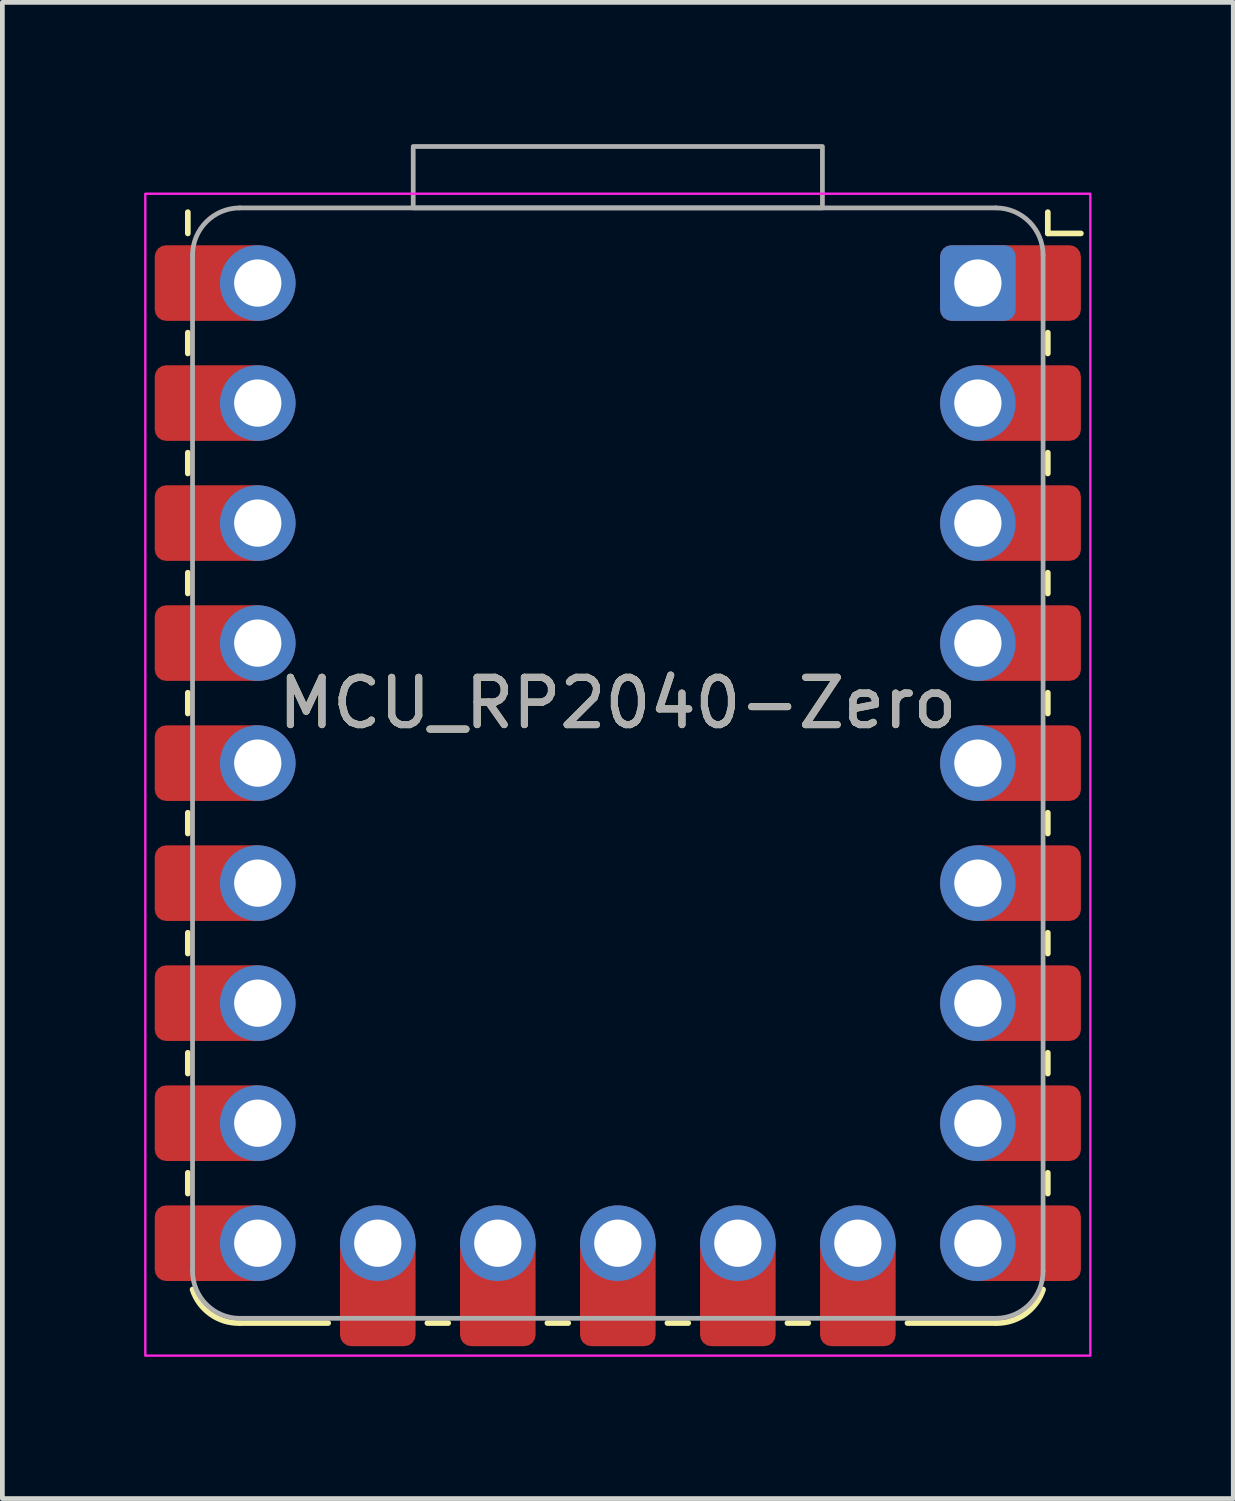
<source format=kicad_pcb>
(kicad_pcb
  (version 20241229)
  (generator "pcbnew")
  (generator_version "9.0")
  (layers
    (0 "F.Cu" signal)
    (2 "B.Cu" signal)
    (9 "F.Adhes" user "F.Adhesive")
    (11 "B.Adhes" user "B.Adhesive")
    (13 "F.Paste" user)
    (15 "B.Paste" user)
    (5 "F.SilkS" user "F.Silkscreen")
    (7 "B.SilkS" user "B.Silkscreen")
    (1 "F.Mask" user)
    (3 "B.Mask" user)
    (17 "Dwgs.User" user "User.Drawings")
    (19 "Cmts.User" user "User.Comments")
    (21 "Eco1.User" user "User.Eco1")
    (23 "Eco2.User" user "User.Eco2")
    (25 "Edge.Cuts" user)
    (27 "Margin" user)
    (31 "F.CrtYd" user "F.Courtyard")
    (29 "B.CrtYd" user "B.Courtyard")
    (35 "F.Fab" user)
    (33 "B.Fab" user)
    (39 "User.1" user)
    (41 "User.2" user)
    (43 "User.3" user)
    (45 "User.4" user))
  (footprint "MCU_RP2040-Zero"
    (layer "F.Cu")
    (at 10.025 2.94)
    (property "Reference" "MCU_RP2040-Zero" (at 0 8.89 0) (unlocked yes) (layer "F.SilkS") (effects (font (size 1 1) (thickness 0.15))))
    (attr through_hole)
    (fp_line (start -9.1 -1.05) (end -9.1 -1.5) (stroke (width 0.12) (type default)) (layer "F.SilkS"))
    (fp_line (start -9.1 1.49) (end -9.1 1.05) (stroke (width 0.12) (type default)) (layer "F.SilkS"))
    (fp_line (start -9.1 4.03) (end -9.1 3.59) (stroke (width 0.12) (type default)) (layer "F.SilkS"))
    (fp_line (start -9.1 6.57) (end -9.1 6.13) (stroke (width 0.12) (type default)) (layer "F.SilkS"))
    (fp_line (start -9.1 9.11) (end -9.1 8.67) (stroke (width 0.12) (type default)) (layer "F.SilkS"))
    (fp_line (start -9.1 11.65) (end -9.1 11.21) (stroke (width 0.12) (type default)) (layer "F.SilkS"))
    (fp_line (start -9.1 13.75) (end -9.1 14.19) (stroke (width 0.12) (type default)) (layer "F.SilkS"))
    (fp_line (start -9.1 16.73) (end -9.1 16.29) (stroke (width 0.12) (type default)) (layer "F.SilkS"))
    (fp_line (start -9.1 19.27) (end -9.1 18.83) (stroke (width 0.12) (type default)) (layer "F.SilkS"))
    (fp_line (start -8 22.01) (end -6.13 22.01) (stroke (width 0.12) (type default)) (layer "F.SilkS"))
    (fp_line (start -3.59 22.01) (end -4.03 22.01) (stroke (width 0.12) (type default)) (layer "F.SilkS"))
    (fp_line (start -1.49 22.01) (end -1.05 22.01) (stroke (width 0.12) (type default)) (layer "F.SilkS"))
    (fp_line (start 1.49 22.01) (end 1.05 22.01) (stroke (width 0.12) (type default)) (layer "F.SilkS"))
    (fp_line (start 4.03 22.01) (end 3.59 22.01) (stroke (width 0.12) (type default)) (layer "F.SilkS"))
    (fp_line (start 8 22.01) (end 6.13 22.01) (stroke (width 0.12) (type default)) (layer "F.SilkS"))
    (fp_line (start 9.1 -1.05) (end 9.1 -1.5) (stroke (width 0.12) (type default)) (layer "F.SilkS"))
    (fp_line (start 9.1 -1.05) (end 9.8 -1.05) (stroke (width 0.12) (type default)) (layer "F.SilkS"))
    (fp_line (start 9.1 1.49) (end 9.1 1.05) (stroke (width 0.12) (type default)) (layer "F.SilkS"))
    (fp_line (start 9.1 4.03) (end 9.1 3.59) (stroke (width 0.12) (type default)) (layer "F.SilkS"))
    (fp_line (start 9.1 6.57) (end 9.1 6.13) (stroke (width 0.12) (type default)) (layer "F.SilkS"))
    (fp_line (start 9.1 9.11) (end 9.1 8.67) (stroke (width 0.12) (type default)) (layer "F.SilkS"))
    (fp_line (start 9.1 11.65) (end 9.1 11.21) (stroke (width 0.12) (type default)) (layer "F.SilkS"))
    (fp_line (start 9.1 13.75) (end 9.1 14.19) (stroke (width 0.12) (type default)) (layer "F.SilkS"))
    (fp_line (start 9.1 16.73) (end 9.1 16.29) (stroke (width 0.12) (type default)) (layer "F.SilkS"))
    (fp_line (start 9.1 19.27) (end 9.1 18.83) (stroke (width 0.12) (type default)) (layer "F.SilkS"))
    (fp_arc (start -8 22.01) (mid -8.620626 21.818198) (end -9 21.3) (stroke (width 0.12) (type default)) (layer "F.SilkS"))
    (fp_arc (start 9 21.3) (mid 8.617469 21.820449) (end 8 22.01) (stroke (width 0.12) (type default)) (layer "F.SilkS"))
    (fp_rect (start -10 -1.89) (end 10 22.7) (stroke (width 0.05) (type solid)) (fill no) (layer "F.CrtYd"))
    (fp_line (start -9 20.91) (end -9 -0.59) (stroke (width 0.1) (type default)) (layer "F.Fab"))
    (fp_line (start -8 -1.59) (end 8 -1.59) (stroke (width 0.1) (type default)) (layer "F.Fab"))
    (fp_line (start 8 21.91) (end -8 21.91) (stroke (width 0.1) (type default)) (layer "F.Fab"))
    (fp_line (start 9 -0.59) (end 9 20.91) (stroke (width 0.1) (type default)) (layer "F.Fab"))
    (fp_rect (start -4.33 -2.89) (end 4.33 -1.59) (stroke (width 0.1) (type default)) (fill no) (layer "F.Fab"))
    (fp_arc (start -9 -0.59) (mid -8.707107 -1.297107) (end -8 -1.59) (stroke (width 0.1) (type default)) (layer "F.Fab"))
    (fp_arc (start -8 21.91) (mid -8.707107 21.617107) (end -9 20.91) (stroke (width 0.1) (type default)) (layer "F.Fab"))
    (fp_arc (start 8 -1.59) (mid 8.707107 -1.297107) (end 9 -0.59) (stroke (width 0.1) (type default)) (layer "F.Fab"))
    (fp_arc (start 9 20.91) (mid 8.707107 21.617107) (end 8 21.91) (stroke (width 0.1) (type default)) (layer "F.Fab"))
    (fp_text user "${REFERENCE}" (at 0 8.89 0) (unlocked yes) (layer "F.Fab") (effects (font (size 1 1) (thickness 0.15))))
    (pad "1" thru_hole roundrect (at 7.62 0 270) (size 1.6 1.6) (drill 1) (layers "*.Cu" "*.Mask") (roundrect_rratio 0.15))
    (pad "1" smd roundrect (at 8.2 0 180) (size 2.4 1.6) (drill (offset -0.4 0)) (layers "F.Cu" "F.Mask" "F.Paste") (roundrect_rratio 0.15))
    (pad "2" thru_hole circle (at 7.62 2.54 270) (size 1.6 1.6) (drill 1) (layers "*.Cu" "*.Mask"))
    (pad "2" smd roundrect (at 8.2 2.54) (size 2.4 1.6) (drill (offset 0.4 0)) (layers "F.Cu" "F.Mask" "F.Paste") (roundrect_rratio 0.15))
    (pad "3" thru_hole circle (at 7.62 5.08 270) (size 1.6 1.6) (drill 1) (layers "*.Cu" "*.Mask"))
    (pad "3" smd roundrect (at 8.2 5.08) (size 2.4 1.6) (drill (offset 0.4 0)) (layers "F.Cu" "F.Mask" "F.Paste") (roundrect_rratio 0.15))
    (pad "4" thru_hole circle (at 7.62 7.62 270) (size 1.6 1.6) (drill 1) (layers "*.Cu" "*.Mask"))
    (pad "4" smd roundrect (at 8.2 7.62) (size 2.4 1.6) (drill (offset 0.4 0)) (layers "F.Cu" "F.Mask" "F.Paste") (roundrect_rratio 0.15))
    (pad "5" thru_hole circle (at 7.62 10.16 270) (size 1.6 1.6) (drill 1) (layers "*.Cu" "*.Mask"))
    (pad "5" smd roundrect (at 8.2 10.16) (size 2.4 1.6) (drill (offset 0.4 0)) (layers "F.Cu" "F.Mask" "F.Paste") (roundrect_rratio 0.15))
    (pad "6" thru_hole circle (at 7.62 12.7 270) (size 1.6 1.6) (drill 1) (layers "*.Cu" "*.Mask"))
    (pad "6" smd roundrect (at 8.2 12.7) (size 2.4 1.6) (drill (offset 0.4 0)) (layers "F.Cu" "F.Mask" "F.Paste") (roundrect_rratio 0.15))
    (pad "7" thru_hole circle (at 7.62 15.24 270) (size 1.6 1.6) (drill 1) (layers "*.Cu" "*.Mask"))
    (pad "7" smd roundrect (at 8.2 15.24) (size 2.4 1.6) (drill (offset 0.4 0)) (layers "F.Cu" "F.Mask" "F.Paste") (roundrect_rratio 0.15))
    (pad "8" thru_hole circle (at 7.62 17.78 270) (size 1.6 1.6) (drill 1) (layers "*.Cu" "*.Mask"))
    (pad "8" smd roundrect (at 8.2 17.78) (size 2.4 1.6) (drill (offset 0.4 0)) (layers "F.Cu" "F.Mask" "F.Paste") (roundrect_rratio 0.15))
    (pad "9" thru_hole circle (at 7.62 20.32 270) (size 1.6 1.6) (drill 1) (layers "*.Cu" "*.Mask"))
    (pad "9" smd roundrect (at 8.2 20.32) (size 2.4 1.6) (drill (offset 0.4 0)) (layers "F.Cu" "F.Mask" "F.Paste") (roundrect_rratio 0.15))
    (pad "10" thru_hole circle (at 5.08 20.32) (size 1.6 1.6) (drill 1) (layers "*.Cu" "*.Mask"))
    (pad "10" smd roundrect (at 5.08 20.9 90) (size 2.4 1.6) (drill (offset -0.4 0)) (layers "F.Cu" "F.Mask" "F.Paste") (roundrect_rratio 0.15))
    (pad "11" thru_hole circle (at 2.54 20.32) (size 1.6 1.6) (drill 1) (layers "*.Cu" "*.Mask"))
    (pad "11" smd roundrect (at 2.54 20.9 90) (size 2.4 1.6) (drill (offset -0.4 0)) (layers "F.Cu" "F.Mask" "F.Paste") (roundrect_rratio 0.15))
    (pad "12" thru_hole circle (at 0 20.32) (size 1.6 1.6) (drill 1) (layers "*.Cu" "*.Mask"))
    (pad "12" smd roundrect (at 0 20.9 90) (size 2.4 1.6) (drill (offset -0.4 0)) (layers "F.Cu" "F.Mask" "F.Paste") (roundrect_rratio 0.15))
    (pad "13" thru_hole circle (at -2.54 20.32) (size 1.6 1.6) (drill 1) (layers "*.Cu" "*.Mask"))
    (pad "13" smd roundrect (at -2.54 20.9 90) (size 2.4 1.6) (drill (offset -0.4 0)) (layers "F.Cu" "F.Mask" "F.Paste") (roundrect_rratio 0.15))
    (pad "14" thru_hole circle (at -5.08 20.32) (size 1.6 1.6) (drill 1) (layers "*.Cu" "*.Mask"))
    (pad "14" smd roundrect (at -5.08 20.9 90) (size 2.4 1.6) (drill (offset -0.4 0)) (layers "F.Cu" "F.Mask" "F.Paste") (roundrect_rratio 0.15))
    (pad "15" smd roundrect (at -8.2 20.32) (size 2.4 1.6) (drill (offset -0.4 0)) (layers "F.Cu" "F.Mask" "F.Paste") (roundrect_rratio 0.15))
    (pad "15" thru_hole circle (at -7.62 20.32 270) (size 1.6 1.6) (drill 1) (layers "*.Cu" "*.Mask"))
    (pad "16" smd roundrect (at -8.2 17.78) (size 2.4 1.6) (drill (offset -0.4 0)) (layers "F.Cu" "F.Mask" "F.Paste") (roundrect_rratio 0.15))
    (pad "16" thru_hole circle (at -7.62 17.78 270) (size 1.6 1.6) (drill 1) (layers "*.Cu" "*.Mask"))
    (pad "17" smd roundrect (at -8.2 15.24) (size 2.4 1.6) (drill (offset -0.4 0)) (layers "F.Cu" "F.Mask" "F.Paste") (roundrect_rratio 0.15))
    (pad "17" thru_hole circle (at -7.62 15.24 270) (size 1.6 1.6) (drill 1) (layers "*.Cu" "*.Mask"))
    (pad "18" smd roundrect (at -8.2 12.7) (size 2.4 1.6) (drill (offset -0.4 0)) (layers "F.Cu" "F.Mask" "F.Paste") (roundrect_rratio 0.15))
    (pad "18" thru_hole circle (at -7.62 12.7 270) (size 1.6 1.6) (drill 1) (layers "*.Cu" "*.Mask"))
    (pad "19" smd roundrect (at -8.2 10.16) (size 2.4 1.6) (drill (offset -0.4 0)) (layers "F.Cu" "F.Mask" "F.Paste") (roundrect_rratio 0.15))
    (pad "19" thru_hole circle (at -7.62 10.16 270) (size 1.6 1.6) (drill 1) (layers "*.Cu" "*.Mask"))
    (pad "20" smd roundrect (at -8.2 7.62) (size 2.4 1.6) (drill (offset -0.4 0)) (layers "F.Cu" "F.Mask" "F.Paste") (roundrect_rratio 0.15))
    (pad "20" thru_hole circle (at -7.62 7.62 270) (size 1.6 1.6) (drill 1) (layers "*.Cu" "*.Mask"))
    (pad "21" smd roundrect (at -8.2 5.08) (size 2.4 1.6) (drill (offset -0.4 0)) (layers "F.Cu" "F.Mask" "F.Paste") (roundrect_rratio 0.15))
    (pad "21" thru_hole circle (at -7.62 5.08 270) (size 1.6 1.6) (drill 1) (layers "*.Cu" "*.Mask"))
    (pad "22" smd roundrect (at -8.2 2.54) (size 2.4 1.6) (drill (offset -0.4 0)) (layers "F.Cu" "F.Mask" "F.Paste") (roundrect_rratio 0.15))
    (pad "22" thru_hole circle (at -7.62 2.54 270) (size 1.6 1.6) (drill 1) (layers "*.Cu" "*.Mask"))
    (pad "23" smd roundrect (at -8.2 0) (size 2.4 1.6) (drill (offset -0.4 0)) (layers "F.Cu" "F.Mask" "F.Paste") (roundrect_rratio 0.15))
    (pad "23" thru_hole circle (at -7.62 0 270) (size 1.6 1.6) (drill 1) (layers "*.Cu" "*.Mask")))
  (gr_rect
    (start -3 -3)
    (end 23.05 28.665)
    (stroke (width 0.1) (type default))
    (fill no)
    (layer "Edge.Cuts")))
</source>
